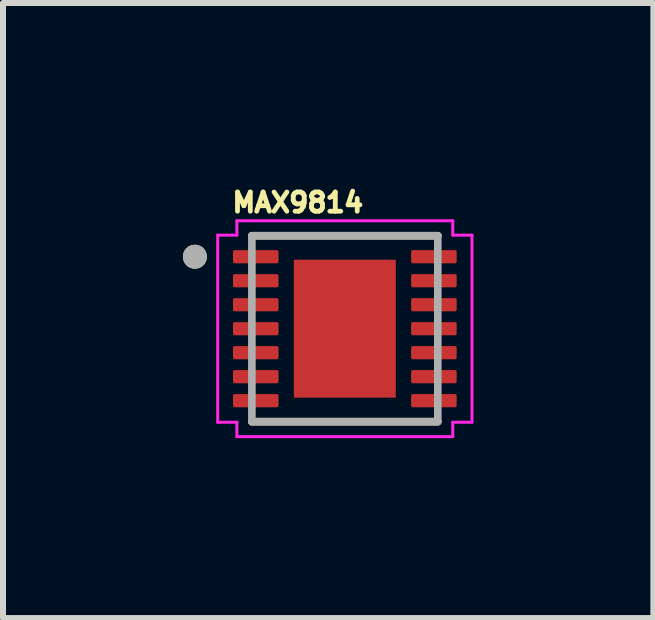
<source format=kicad_pcb>
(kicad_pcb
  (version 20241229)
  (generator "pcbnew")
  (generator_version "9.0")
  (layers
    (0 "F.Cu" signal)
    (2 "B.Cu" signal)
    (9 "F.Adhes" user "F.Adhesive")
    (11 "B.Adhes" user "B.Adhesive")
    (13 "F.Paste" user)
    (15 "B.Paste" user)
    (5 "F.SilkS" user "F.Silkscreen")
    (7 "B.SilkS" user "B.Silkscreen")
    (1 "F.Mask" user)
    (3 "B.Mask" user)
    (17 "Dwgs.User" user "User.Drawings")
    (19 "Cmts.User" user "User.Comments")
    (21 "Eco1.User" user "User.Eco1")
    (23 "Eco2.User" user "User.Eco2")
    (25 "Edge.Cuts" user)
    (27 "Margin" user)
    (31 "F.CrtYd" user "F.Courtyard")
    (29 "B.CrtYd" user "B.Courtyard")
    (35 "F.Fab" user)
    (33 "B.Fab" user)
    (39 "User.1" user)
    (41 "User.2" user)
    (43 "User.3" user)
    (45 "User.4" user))
  (footprint "MAX9814"
    (layer "F.Cu")
    (at 2.7 2.431)
    (property "Reference" "MAX9814" (at -0.784 -2.103 0) (layer "F.SilkS") (effects (font (size 0.32 0.32) (thickness 0.15))))
    (attr smd)
    (fp_line (start -1.55 -1.55) (end 1.55 -1.55) (stroke (width 0.127) (type solid)) (layer "F.SilkS"))
    (fp_line (start -1.55 1.55) (end 1.55 1.55) (stroke (width 0.127) (type solid)) (layer "F.SilkS"))
    (fp_circle (center -2.5 -1.2) (end -2.4 -1.2) (stroke (width 0.2) (type solid)) (fill no) (layer "F.SilkS"))
    (fp_poly (pts (xy -0.665 -0.965) (xy -0.095 -0.965) (xy -0.095 -0.095) (xy -0.665 -0.095)) (stroke (width 0.01) (type solid)) (fill yes) (layer "F.Paste"))
    (fp_poly (pts (xy -0.665 0.095) (xy -0.095 0.095) (xy -0.095 0.965) (xy -0.665 0.965)) (stroke (width 0.01) (type solid)) (fill yes) (layer "F.Paste"))
    (fp_poly (pts (xy 0.095 -0.965) (xy 0.665 -0.965) (xy 0.665 -0.095) (xy 0.095 -0.095)) (stroke (width 0.01) (type solid)) (fill yes) (layer "F.Paste"))
    (fp_poly (pts (xy 0.095 0.095) (xy 0.665 0.095) (xy 0.665 0.965) (xy 0.095 0.965)) (stroke (width 0.01) (type solid)) (fill yes) (layer "F.Paste"))
    (fp_line (start -2.12 -1.56) (end -1.8 -1.56) (stroke (width 0.05) (type solid)) (layer "F.CrtYd"))
    (fp_line (start -2.12 1.56) (end -2.12 -1.56) (stroke (width 0.05) (type solid)) (layer "F.CrtYd"))
    (fp_line (start -1.8 -1.8) (end 1.8 -1.8) (stroke (width 0.05) (type solid)) (layer "F.CrtYd"))
    (fp_line (start -1.8 -1.56) (end -1.8 -1.8) (stroke (width 0.05) (type solid)) (layer "F.CrtYd"))
    (fp_line (start -1.8 1.56) (end -2.12 1.56) (stroke (width 0.05) (type solid)) (layer "F.CrtYd"))
    (fp_line (start -1.8 1.8) (end -1.8 1.56) (stroke (width 0.05) (type solid)) (layer "F.CrtYd"))
    (fp_line (start 1.8 -1.8) (end 1.8 -1.56) (stroke (width 0.05) (type solid)) (layer "F.CrtYd"))
    (fp_line (start 1.8 -1.56) (end 2.12 -1.56) (stroke (width 0.05) (type solid)) (layer "F.CrtYd"))
    (fp_line (start 1.8 1.56) (end 1.8 1.8) (stroke (width 0.05) (type solid)) (layer "F.CrtYd"))
    (fp_line (start 1.8 1.8) (end -1.8 1.8) (stroke (width 0.05) (type solid)) (layer "F.CrtYd"))
    (fp_line (start 2.12 -1.56) (end 2.12 1.56) (stroke (width 0.05) (type solid)) (layer "F.CrtYd"))
    (fp_line (start 2.12 1.56) (end 1.8 1.56) (stroke (width 0.05) (type solid)) (layer "F.CrtYd"))
    (fp_line (start -1.55 -1.55) (end 1.55 -1.55) (stroke (width 0.127) (type solid)) (layer "F.Fab"))
    (fp_line (start -1.55 1.55) (end -1.55 -1.55) (stroke (width 0.127) (type solid)) (layer "F.Fab"))
    (fp_line (start 1.55 -1.55) (end 1.55 1.55) (stroke (width 0.127) (type solid)) (layer "F.Fab"))
    (fp_line (start 1.55 1.55) (end -1.55 1.55) (stroke (width 0.127) (type solid)) (layer "F.Fab"))
    (fp_circle (center -2.5 -1.2) (end -2.4 -1.2) (stroke (width 0.2) (type solid)) (fill no) (layer "F.Fab"))
    (pad "1" smd roundrect (at -1.485 -1.2) (size 0.76 0.22) (layers "F.Cu" "F.Mask" "F.Paste") (roundrect_rratio 0.125))
    (pad "2" smd roundrect (at -1.485 -0.8) (size 0.76 0.22) (layers "F.Cu" "F.Mask" "F.Paste") (roundrect_rratio 0.125))
    (pad "3" smd roundrect (at -1.485 -0.4) (size 0.76 0.22) (layers "F.Cu" "F.Mask" "F.Paste") (roundrect_rratio 0.125))
    (pad "4" smd roundrect (at -1.485 0) (size 0.76 0.22) (layers "F.Cu" "F.Mask" "F.Paste") (roundrect_rratio 0.125))
    (pad "5" smd roundrect (at -1.485 0.4) (size 0.76 0.22) (layers "F.Cu" "F.Mask" "F.Paste") (roundrect_rratio 0.125))
    (pad "6" smd roundrect (at -1.485 0.8) (size 0.76 0.22) (layers "F.Cu" "F.Mask" "F.Paste") (roundrect_rratio 0.125))
    (pad "7" smd roundrect (at -1.485 1.2) (size 0.76 0.22) (layers "F.Cu" "F.Mask" "F.Paste") (roundrect_rratio 0.125))
    (pad "8" smd roundrect (at 1.485 1.2) (size 0.76 0.22) (layers "F.Cu" "F.Mask" "F.Paste") (roundrect_rratio 0.125))
    (pad "9" smd roundrect (at 1.485 0.8) (size 0.76 0.22) (layers "F.Cu" "F.Mask" "F.Paste") (roundrect_rratio 0.125))
    (pad "10" smd roundrect (at 1.485 0.4) (size 0.76 0.22) (layers "F.Cu" "F.Mask" "F.Paste") (roundrect_rratio 0.125))
    (pad "11" smd roundrect (at 1.485 0) (size 0.76 0.22) (layers "F.Cu" "F.Mask" "F.Paste") (roundrect_rratio 0.125))
    (pad "12" smd roundrect (at 1.485 -0.4) (size 0.76 0.22) (layers "F.Cu" "F.Mask" "F.Paste") (roundrect_rratio 0.125))
    (pad "13" smd roundrect (at 1.485 -0.8) (size 0.76 0.22) (layers "F.Cu" "F.Mask" "F.Paste") (roundrect_rratio 0.125))
    (pad "14" smd roundrect (at 1.485 -1.2) (size 0.76 0.22) (layers "F.Cu" "F.Mask" "F.Paste") (roundrect_rratio 0.125))
    (pad "15" smd rect (at 0 0) (size 1.7 2.3) (layers "F.Cu" "F.Mask")))
  (gr_rect
    (start -3 -3)
    (end 7.845 7.256)
    (stroke (width 0.1) (type default))
    (fill no)
    (layer "Edge.Cuts")))
</source>
